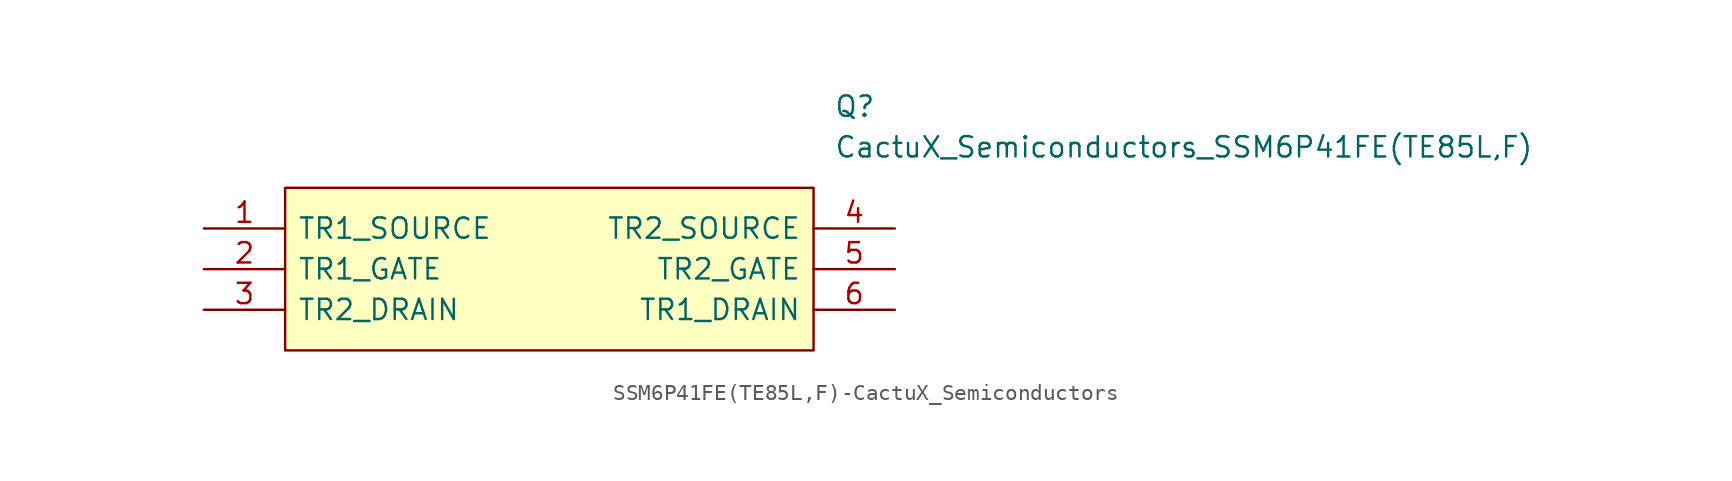
<source format=kicad_sym>
(kicad_symbol_lib
  (version 20220914)
  (generator kicad_symbol_editor)
  (symbol "SSM6P41FE(TE85L,F)-CactuX_Semiconductors"
    (pin_names
      (offset 0.762))
    (property "Reference" "Q"
      (at 39.37 7.62 0)
      (effects (font (size 1.27 1.27)) (justify left)))
    (property "Value" "CactuX_Semiconductors_SSM6P41FE(TE85L,F)"
      (at 39.37 5.08 0)
      (effects (font (size 1.27 1.27)) (justify left)))
    (symbol "SSM6P41FE(TE85L,F)-CactuX_Semiconductors_0_0"
      (pin passive line (at 0 0 0) (length 5.08) (name "TR1_SOURCE" (effects (font (size 1.27 1.27)))) (number "1" (effects (font (size 1.27 1.27)))))
      (pin passive line (at 0 -2.54 0) (length 5.08) (name "TR1_GATE" (effects (font (size 1.27 1.27)))) (number "2" (effects (font (size 1.27 1.27)))))
      (pin passive line (at 0 -5.08 0) (length 5.08) (name "TR2_DRAIN" (effects (font (size 1.27 1.27)))) (number "3" (effects (font (size 1.27 1.27)))))
      (pin passive line (at 43.18 0 180) (length 5.08) (name "TR2_SOURCE" (effects (font (size 1.27 1.27)))) (number "4" (effects (font (size 1.27 1.27)))))
      (pin passive line (at 43.18 -2.54 180) (length 5.08) (name "TR2_GATE" (effects (font (size 1.27 1.27)))) (number "5" (effects (font (size 1.27 1.27)))))
      (pin passive line (at 43.18 -5.08 180) (length 5.08) (name "TR1_DRAIN" (effects (font (size 1.27 1.27)))) (number "6" (effects (font (size 1.27 1.27))))))
    (symbol "SSM6P41FE(TE85L,F)-CactuX_Semiconductors_1_1"
      (polyline (pts (xy 5.08 2.54) (xy 38.1 2.54) (xy 38.1 -7.62) (xy 5.08 -7.62) (xy 5.08 2.54)) (stroke (width 0.152) (type solid)) (fill (type background))))))
</source>
